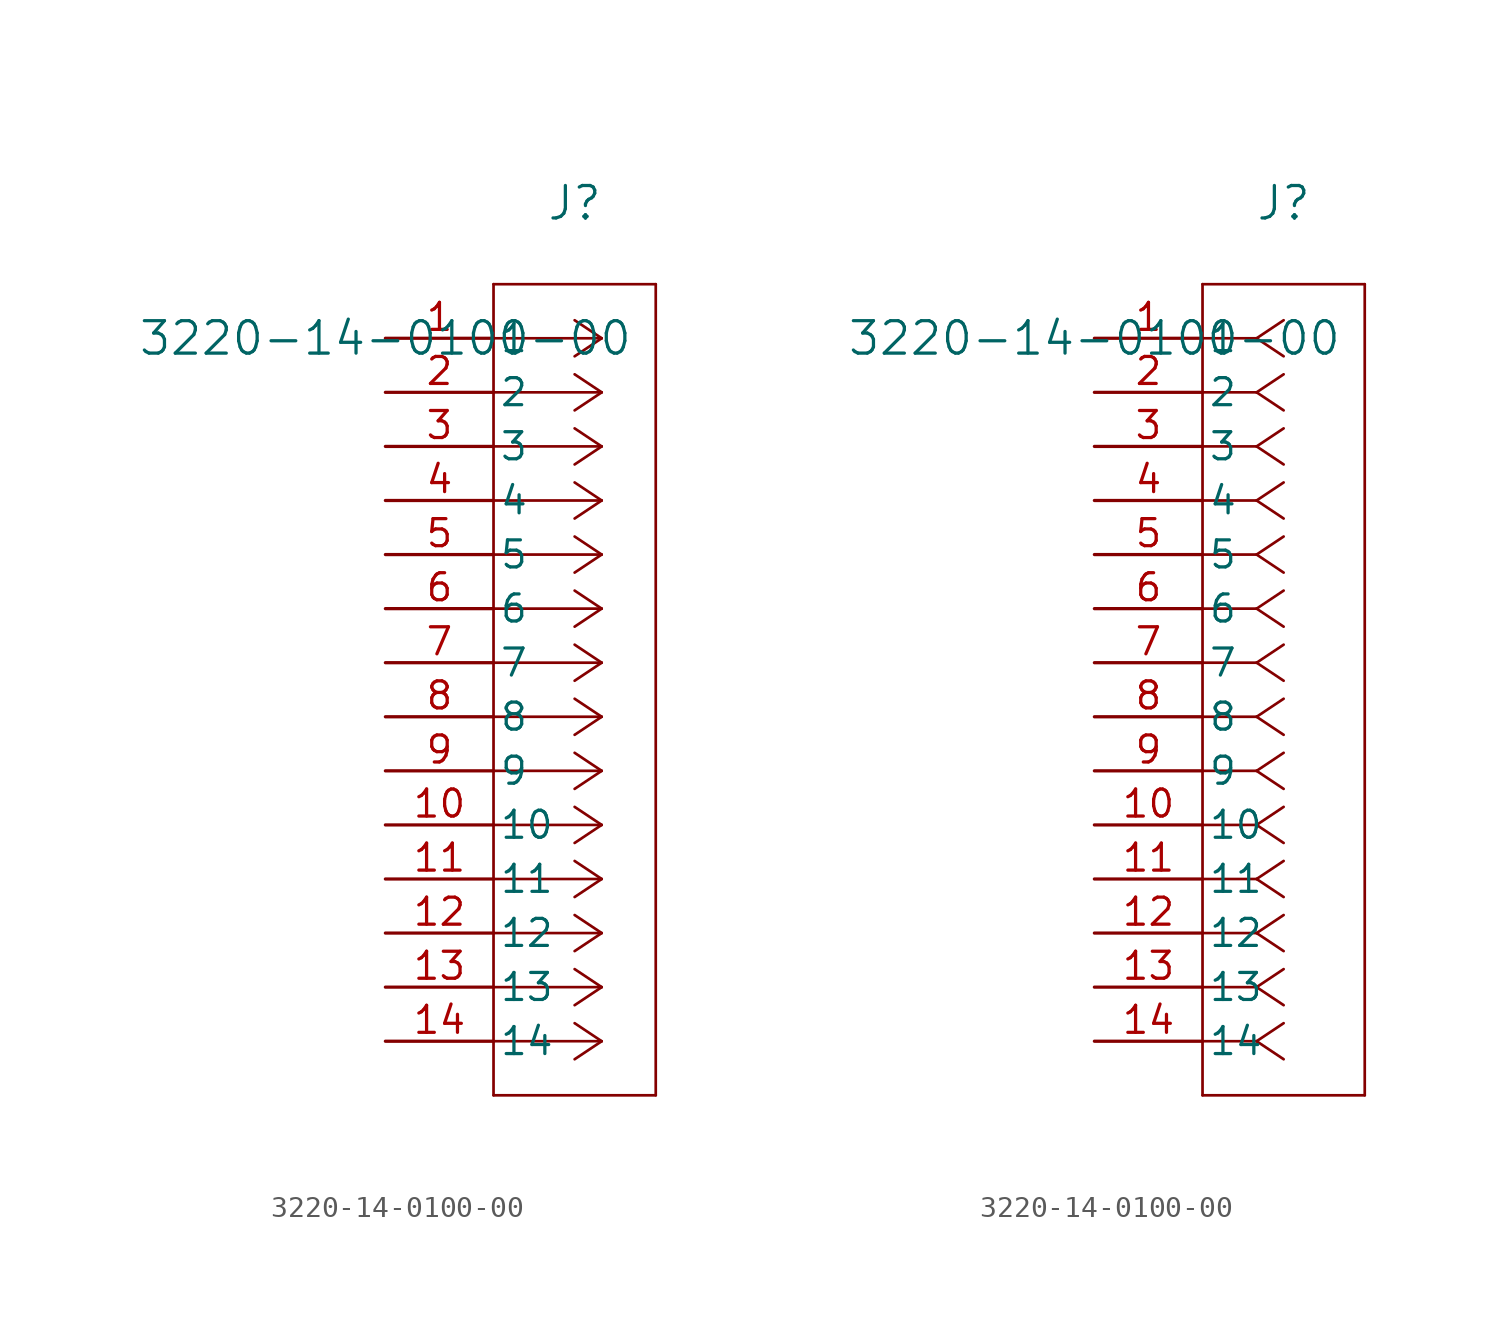
<source format=kicad_sym>
(kicad_symbol_lib
  (version 20211014)
  (generator kicad_symbol_editor)
  (symbol "3220-14-0100-00"
    (pin_names
      (offset 0.254))
    (property "Reference" "J"
      (at 8.89 6.35 0)
      (effects (font (size 1.524 1.524))))
    (property "Value" "3220-14-0100-00"
      (at 0 0 0)
      (effects (font (size 1.524 1.524))))
    (symbol "3220-14-0100-00_1_1"
      (polyline (pts (xy 10.16 0) (xy 5.08 0)) (stroke (width 0.127) (type default) (color 0 0 0 0)) (fill (type none)))
      (polyline (pts (xy 10.16 -2.54) (xy 5.08 -2.54)) (stroke (width 0.127) (type default) (color 0 0 0 0)) (fill (type none)))
      (polyline (pts (xy 10.16 -5.08) (xy 5.08 -5.08)) (stroke (width 0.127) (type default) (color 0 0 0 0)) (fill (type none)))
      (polyline (pts (xy 10.16 -7.62) (xy 5.08 -7.62)) (stroke (width 0.127) (type default) (color 0 0 0 0)) (fill (type none)))
      (polyline (pts (xy 10.16 -10.16) (xy 5.08 -10.16)) (stroke (width 0.127) (type default) (color 0 0 0 0)) (fill (type none)))
      (polyline (pts (xy 10.16 -12.7) (xy 5.08 -12.7)) (stroke (width 0.127) (type default) (color 0 0 0 0)) (fill (type none)))
      (polyline (pts (xy 10.16 -15.24) (xy 5.08 -15.24)) (stroke (width 0.127) (type default) (color 0 0 0 0)) (fill (type none)))
      (polyline (pts (xy 10.16 -17.78) (xy 5.08 -17.78)) (stroke (width 0.127) (type default) (color 0 0 0 0)) (fill (type none)))
      (polyline (pts (xy 10.16 -20.32) (xy 5.08 -20.32)) (stroke (width 0.127) (type default) (color 0 0 0 0)) (fill (type none)))
      (polyline (pts (xy 10.16 -22.86) (xy 5.08 -22.86)) (stroke (width 0.127) (type default) (color 0 0 0 0)) (fill (type none)))
      (polyline (pts (xy 10.16 -25.4) (xy 5.08 -25.4)) (stroke (width 0.127) (type default) (color 0 0 0 0)) (fill (type none)))
      (polyline (pts (xy 10.16 -27.94) (xy 5.08 -27.94)) (stroke (width 0.127) (type default) (color 0 0 0 0)) (fill (type none)))
      (polyline (pts (xy 10.16 -30.48) (xy 5.08 -30.48)) (stroke (width 0.127) (type default) (color 0 0 0 0)) (fill (type none)))
      (polyline (pts (xy 10.16 -33.02) (xy 5.08 -33.02)) (stroke (width 0.127) (type default) (color 0 0 0 0)) (fill (type none)))
      (polyline (pts (xy 10.16 0) (xy 8.89 0.847)) (stroke (width 0.127) (type default) (color 0 0 0 0)) (fill (type none)))
      (polyline (pts (xy 10.16 -2.54) (xy 8.89 -1.693)) (stroke (width 0.127) (type default) (color 0 0 0 0)) (fill (type none)))
      (polyline (pts (xy 10.16 -5.08) (xy 8.89 -4.233)) (stroke (width 0.127) (type default) (color 0 0 0 0)) (fill (type none)))
      (polyline (pts (xy 10.16 -7.62) (xy 8.89 -6.773)) (stroke (width 0.127) (type default) (color 0 0 0 0)) (fill (type none)))
      (polyline (pts (xy 10.16 -10.16) (xy 8.89 -9.313)) (stroke (width 0.127) (type default) (color 0 0 0 0)) (fill (type none)))
      (polyline (pts (xy 10.16 -12.7) (xy 8.89 -11.853)) (stroke (width 0.127) (type default) (color 0 0 0 0)) (fill (type none)))
      (polyline (pts (xy 10.16 -15.24) (xy 8.89 -14.393)) (stroke (width 0.127) (type default) (color 0 0 0 0)) (fill (type none)))
      (polyline (pts (xy 10.16 -17.78) (xy 8.89 -16.933)) (stroke (width 0.127) (type default) (color 0 0 0 0)) (fill (type none)))
      (polyline (pts (xy 10.16 -20.32) (xy 8.89 -19.473)) (stroke (width 0.127) (type default) (color 0 0 0 0)) (fill (type none)))
      (polyline (pts (xy 10.16 -22.86) (xy 8.89 -22.013)) (stroke (width 0.127) (type default) (color 0 0 0 0)) (fill (type none)))
      (polyline (pts (xy 10.16 -25.4) (xy 8.89 -24.553)) (stroke (width 0.127) (type default) (color 0 0 0 0)) (fill (type none)))
      (polyline (pts (xy 10.16 -27.94) (xy 8.89 -27.093)) (stroke (width 0.127) (type default) (color 0 0 0 0)) (fill (type none)))
      (polyline (pts (xy 10.16 -30.48) (xy 8.89 -29.633)) (stroke (width 0.127) (type default) (color 0 0 0 0)) (fill (type none)))
      (polyline (pts (xy 10.16 -33.02) (xy 8.89 -32.173)) (stroke (width 0.127) (type default) (color 0 0 0 0)) (fill (type none)))
      (polyline (pts (xy 10.16 0) (xy 8.89 -0.847)) (stroke (width 0.127) (type default) (color 0 0 0 0)) (fill (type none)))
      (polyline (pts (xy 10.16 -2.54) (xy 8.89 -3.387)) (stroke (width 0.127) (type default) (color 0 0 0 0)) (fill (type none)))
      (polyline (pts (xy 10.16 -5.08) (xy 8.89 -5.927)) (stroke (width 0.127) (type default) (color 0 0 0 0)) (fill (type none)))
      (polyline (pts (xy 10.16 -7.62) (xy 8.89 -8.467)) (stroke (width 0.127) (type default) (color 0 0 0 0)) (fill (type none)))
      (polyline (pts (xy 10.16 -10.16) (xy 8.89 -11.007)) (stroke (width 0.127) (type default) (color 0 0 0 0)) (fill (type none)))
      (polyline (pts (xy 10.16 -12.7) (xy 8.89 -13.547)) (stroke (width 0.127) (type default) (color 0 0 0 0)) (fill (type none)))
      (polyline (pts (xy 10.16 -15.24) (xy 8.89 -16.087)) (stroke (width 0.127) (type default) (color 0 0 0 0)) (fill (type none)))
      (polyline (pts (xy 10.16 -17.78) (xy 8.89 -18.627)) (stroke (width 0.127) (type default) (color 0 0 0 0)) (fill (type none)))
      (polyline (pts (xy 10.16 -20.32) (xy 8.89 -21.167)) (stroke (width 0.127) (type default) (color 0 0 0 0)) (fill (type none)))
      (polyline (pts (xy 10.16 -22.86) (xy 8.89 -23.707)) (stroke (width 0.127) (type default) (color 0 0 0 0)) (fill (type none)))
      (polyline (pts (xy 10.16 -25.4) (xy 8.89 -26.247)) (stroke (width 0.127) (type default) (color 0 0 0 0)) (fill (type none)))
      (polyline (pts (xy 10.16 -27.94) (xy 8.89 -28.787)) (stroke (width 0.127) (type default) (color 0 0 0 0)) (fill (type none)))
      (polyline (pts (xy 10.16 -30.48) (xy 8.89 -31.327)) (stroke (width 0.127) (type default) (color 0 0 0 0)) (fill (type none)))
      (polyline (pts (xy 10.16 -33.02) (xy 8.89 -33.867)) (stroke (width 0.127) (type default) (color 0 0 0 0)) (fill (type none)))
      (polyline (pts (xy 5.08 2.54) (xy 5.08 -35.56)) (stroke (width 0.127) (type default) (color 0 0 0 0)) (fill (type none)))
      (polyline (pts (xy 5.08 -35.56) (xy 12.7 -35.56)) (stroke (width 0.127) (type default) (color 0 0 0 0)) (fill (type none)))
      (polyline (pts (xy 12.7 -35.56) (xy 12.7 2.54)) (stroke (width 0.127) (type default) (color 0 0 0 0)) (fill (type none)))
      (polyline (pts (xy 12.7 2.54) (xy 5.08 2.54)) (stroke (width 0.127) (type default) (color 0 0 0 0)) (fill (type none)))
      (pin unspecified line (at 0 0 0) (length 5.08) (name "1" (effects (font (size 1.27 1.27)))) (number "1" (effects (font (size 1.27 1.27)))))
      (pin unspecified line (at 0 -2.54 0) (length 5.08) (name "2" (effects (font (size 1.27 1.27)))) (number "2" (effects (font (size 1.27 1.27)))))
      (pin unspecified line (at 0 -5.08 0) (length 5.08) (name "3" (effects (font (size 1.27 1.27)))) (number "3" (effects (font (size 1.27 1.27)))))
      (pin unspecified line (at 0 -7.62 0) (length 5.08) (name "4" (effects (font (size 1.27 1.27)))) (number "4" (effects (font (size 1.27 1.27)))))
      (pin unspecified line (at 0 -10.16 0) (length 5.08) (name "5" (effects (font (size 1.27 1.27)))) (number "5" (effects (font (size 1.27 1.27)))))
      (pin unspecified line (at 0 -12.7 0) (length 5.08) (name "6" (effects (font (size 1.27 1.27)))) (number "6" (effects (font (size 1.27 1.27)))))
      (pin unspecified line (at 0 -15.24 0) (length 5.08) (name "7" (effects (font (size 1.27 1.27)))) (number "7" (effects (font (size 1.27 1.27)))))
      (pin unspecified line (at 0 -17.78 0) (length 5.08) (name "8" (effects (font (size 1.27 1.27)))) (number "8" (effects (font (size 1.27 1.27)))))
      (pin unspecified line (at 0 -20.32 0) (length 5.08) (name "9" (effects (font (size 1.27 1.27)))) (number "9" (effects (font (size 1.27 1.27)))))
      (pin unspecified line (at 0 -22.86 0) (length 5.08) (name "10" (effects (font (size 1.27 1.27)))) (number "10" (effects (font (size 1.27 1.27)))))
      (pin unspecified line (at 0 -25.4 0) (length 5.08) (name "11" (effects (font (size 1.27 1.27)))) (number "11" (effects (font (size 1.27 1.27)))))
      (pin unspecified line (at 0 -27.94 0) (length 5.08) (name "12" (effects (font (size 1.27 1.27)))) (number "12" (effects (font (size 1.27 1.27)))))
      (pin unspecified line (at 0 -30.48 0) (length 5.08) (name "13" (effects (font (size 1.27 1.27)))) (number "13" (effects (font (size 1.27 1.27)))))
      (pin unspecified line (at 0 -33.02 0) (length 5.08) (name "14" (effects (font (size 1.27 1.27)))) (number "14" (effects (font (size 1.27 1.27))))))
    (symbol "3220-14-0100-00_1_2"
      (polyline (pts (xy 7.62 0) (xy 5.08 0)) (stroke (width 0.127) (type default) (color 0 0 0 0)) (fill (type none)))
      (polyline (pts (xy 7.62 -2.54) (xy 5.08 -2.54)) (stroke (width 0.127) (type default) (color 0 0 0 0)) (fill (type none)))
      (polyline (pts (xy 7.62 -5.08) (xy 5.08 -5.08)) (stroke (width 0.127) (type default) (color 0 0 0 0)) (fill (type none)))
      (polyline (pts (xy 7.62 -7.62) (xy 5.08 -7.62)) (stroke (width 0.127) (type default) (color 0 0 0 0)) (fill (type none)))
      (polyline (pts (xy 7.62 -10.16) (xy 5.08 -10.16)) (stroke (width 0.127) (type default) (color 0 0 0 0)) (fill (type none)))
      (polyline (pts (xy 7.62 -12.7) (xy 5.08 -12.7)) (stroke (width 0.127) (type default) (color 0 0 0 0)) (fill (type none)))
      (polyline (pts (xy 7.62 -15.24) (xy 5.08 -15.24)) (stroke (width 0.127) (type default) (color 0 0 0 0)) (fill (type none)))
      (polyline (pts (xy 7.62 -17.78) (xy 5.08 -17.78)) (stroke (width 0.127) (type default) (color 0 0 0 0)) (fill (type none)))
      (polyline (pts (xy 7.62 -20.32) (xy 5.08 -20.32)) (stroke (width 0.127) (type default) (color 0 0 0 0)) (fill (type none)))
      (polyline (pts (xy 7.62 -22.86) (xy 5.08 -22.86)) (stroke (width 0.127) (type default) (color 0 0 0 0)) (fill (type none)))
      (polyline (pts (xy 7.62 -25.4) (xy 5.08 -25.4)) (stroke (width 0.127) (type default) (color 0 0 0 0)) (fill (type none)))
      (polyline (pts (xy 7.62 -27.94) (xy 5.08 -27.94)) (stroke (width 0.127) (type default) (color 0 0 0 0)) (fill (type none)))
      (polyline (pts (xy 7.62 -30.48) (xy 5.08 -30.48)) (stroke (width 0.127) (type default) (color 0 0 0 0)) (fill (type none)))
      (polyline (pts (xy 7.62 -33.02) (xy 5.08 -33.02)) (stroke (width 0.127) (type default) (color 0 0 0 0)) (fill (type none)))
      (polyline (pts (xy 7.62 0) (xy 8.89 0.847)) (stroke (width 0.127) (type default) (color 0 0 0 0)) (fill (type none)))
      (polyline (pts (xy 7.62 -2.54) (xy 8.89 -1.693)) (stroke (width 0.127) (type default) (color 0 0 0 0)) (fill (type none)))
      (polyline (pts (xy 7.62 -5.08) (xy 8.89 -4.233)) (stroke (width 0.127) (type default) (color 0 0 0 0)) (fill (type none)))
      (polyline (pts (xy 7.62 -7.62) (xy 8.89 -6.773)) (stroke (width 0.127) (type default) (color 0 0 0 0)) (fill (type none)))
      (polyline (pts (xy 7.62 -10.16) (xy 8.89 -9.313)) (stroke (width 0.127) (type default) (color 0 0 0 0)) (fill (type none)))
      (polyline (pts (xy 7.62 -12.7) (xy 8.89 -11.853)) (stroke (width 0.127) (type default) (color 0 0 0 0)) (fill (type none)))
      (polyline (pts (xy 7.62 -15.24) (xy 8.89 -14.393)) (stroke (width 0.127) (type default) (color 0 0 0 0)) (fill (type none)))
      (polyline (pts (xy 7.62 -17.78) (xy 8.89 -16.933)) (stroke (width 0.127) (type default) (color 0 0 0 0)) (fill (type none)))
      (polyline (pts (xy 7.62 -20.32) (xy 8.89 -19.473)) (stroke (width 0.127) (type default) (color 0 0 0 0)) (fill (type none)))
      (polyline (pts (xy 7.62 -22.86) (xy 8.89 -22.013)) (stroke (width 0.127) (type default) (color 0 0 0 0)) (fill (type none)))
      (polyline (pts (xy 7.62 -25.4) (xy 8.89 -24.553)) (stroke (width 0.127) (type default) (color 0 0 0 0)) (fill (type none)))
      (polyline (pts (xy 7.62 -27.94) (xy 8.89 -27.093)) (stroke (width 0.127) (type default) (color 0 0 0 0)) (fill (type none)))
      (polyline (pts (xy 7.62 -30.48) (xy 8.89 -29.633)) (stroke (width 0.127) (type default) (color 0 0 0 0)) (fill (type none)))
      (polyline (pts (xy 7.62 -33.02) (xy 8.89 -32.173)) (stroke (width 0.127) (type default) (color 0 0 0 0)) (fill (type none)))
      (polyline (pts (xy 7.62 0) (xy 8.89 -0.847)) (stroke (width 0.127) (type default) (color 0 0 0 0)) (fill (type none)))
      (polyline (pts (xy 7.62 -2.54) (xy 8.89 -3.387)) (stroke (width 0.127) (type default) (color 0 0 0 0)) (fill (type none)))
      (polyline (pts (xy 7.62 -5.08) (xy 8.89 -5.927)) (stroke (width 0.127) (type default) (color 0 0 0 0)) (fill (type none)))
      (polyline (pts (xy 7.62 -7.62) (xy 8.89 -8.467)) (stroke (width 0.127) (type default) (color 0 0 0 0)) (fill (type none)))
      (polyline (pts (xy 7.62 -10.16) (xy 8.89 -11.007)) (stroke (width 0.127) (type default) (color 0 0 0 0)) (fill (type none)))
      (polyline (pts (xy 7.62 -12.7) (xy 8.89 -13.547)) (stroke (width 0.127) (type default) (color 0 0 0 0)) (fill (type none)))
      (polyline (pts (xy 7.62 -15.24) (xy 8.89 -16.087)) (stroke (width 0.127) (type default) (color 0 0 0 0)) (fill (type none)))
      (polyline (pts (xy 7.62 -17.78) (xy 8.89 -18.627)) (stroke (width 0.127) (type default) (color 0 0 0 0)) (fill (type none)))
      (polyline (pts (xy 7.62 -20.32) (xy 8.89 -21.167)) (stroke (width 0.127) (type default) (color 0 0 0 0)) (fill (type none)))
      (polyline (pts (xy 7.62 -22.86) (xy 8.89 -23.707)) (stroke (width 0.127) (type default) (color 0 0 0 0)) (fill (type none)))
      (polyline (pts (xy 7.62 -25.4) (xy 8.89 -26.247)) (stroke (width 0.127) (type default) (color 0 0 0 0)) (fill (type none)))
      (polyline (pts (xy 7.62 -27.94) (xy 8.89 -28.787)) (stroke (width 0.127) (type default) (color 0 0 0 0)) (fill (type none)))
      (polyline (pts (xy 7.62 -30.48) (xy 8.89 -31.327)) (stroke (width 0.127) (type default) (color 0 0 0 0)) (fill (type none)))
      (polyline (pts (xy 7.62 -33.02) (xy 8.89 -33.867)) (stroke (width 0.127) (type default) (color 0 0 0 0)) (fill (type none)))
      (polyline (pts (xy 5.08 2.54) (xy 5.08 -35.56)) (stroke (width 0.127) (type default) (color 0 0 0 0)) (fill (type none)))
      (polyline (pts (xy 5.08 -35.56) (xy 12.7 -35.56)) (stroke (width 0.127) (type default) (color 0 0 0 0)) (fill (type none)))
      (polyline (pts (xy 12.7 -35.56) (xy 12.7 2.54)) (stroke (width 0.127) (type default) (color 0 0 0 0)) (fill (type none)))
      (polyline (pts (xy 12.7 2.54) (xy 5.08 2.54)) (stroke (width 0.127) (type default) (color 0 0 0 0)) (fill (type none)))
      (pin unspecified line (at 0 0 0) (length 5.08) (name "1" (effects (font (size 1.27 1.27)))) (number "1" (effects (font (size 1.27 1.27)))))
      (pin unspecified line (at 0 -2.54 0) (length 5.08) (name "2" (effects (font (size 1.27 1.27)))) (number "2" (effects (font (size 1.27 1.27)))))
      (pin unspecified line (at 0 -5.08 0) (length 5.08) (name "3" (effects (font (size 1.27 1.27)))) (number "3" (effects (font (size 1.27 1.27)))))
      (pin unspecified line (at 0 -7.62 0) (length 5.08) (name "4" (effects (font (size 1.27 1.27)))) (number "4" (effects (font (size 1.27 1.27)))))
      (pin unspecified line (at 0 -10.16 0) (length 5.08) (name "5" (effects (font (size 1.27 1.27)))) (number "5" (effects (font (size 1.27 1.27)))))
      (pin unspecified line (at 0 -12.7 0) (length 5.08) (name "6" (effects (font (size 1.27 1.27)))) (number "6" (effects (font (size 1.27 1.27)))))
      (pin unspecified line (at 0 -15.24 0) (length 5.08) (name "7" (effects (font (size 1.27 1.27)))) (number "7" (effects (font (size 1.27 1.27)))))
      (pin unspecified line (at 0 -17.78 0) (length 5.08) (name "8" (effects (font (size 1.27 1.27)))) (number "8" (effects (font (size 1.27 1.27)))))
      (pin unspecified line (at 0 -20.32 0) (length 5.08) (name "9" (effects (font (size 1.27 1.27)))) (number "9" (effects (font (size 1.27 1.27)))))
      (pin unspecified line (at 0 -22.86 0) (length 5.08) (name "10" (effects (font (size 1.27 1.27)))) (number "10" (effects (font (size 1.27 1.27)))))
      (pin unspecified line (at 0 -25.4 0) (length 5.08) (name "11" (effects (font (size 1.27 1.27)))) (number "11" (effects (font (size 1.27 1.27)))))
      (pin unspecified line (at 0 -27.94 0) (length 5.08) (name "12" (effects (font (size 1.27 1.27)))) (number "12" (effects (font (size 1.27 1.27)))))
      (pin unspecified line (at 0 -30.48 0) (length 5.08) (name "13" (effects (font (size 1.27 1.27)))) (number "13" (effects (font (size 1.27 1.27)))))
      (pin unspecified line (at 0 -33.02 0) (length 5.08) (name "14" (effects (font (size 1.27 1.27)))) (number "14" (effects (font (size 1.27 1.27))))))))
</source>
